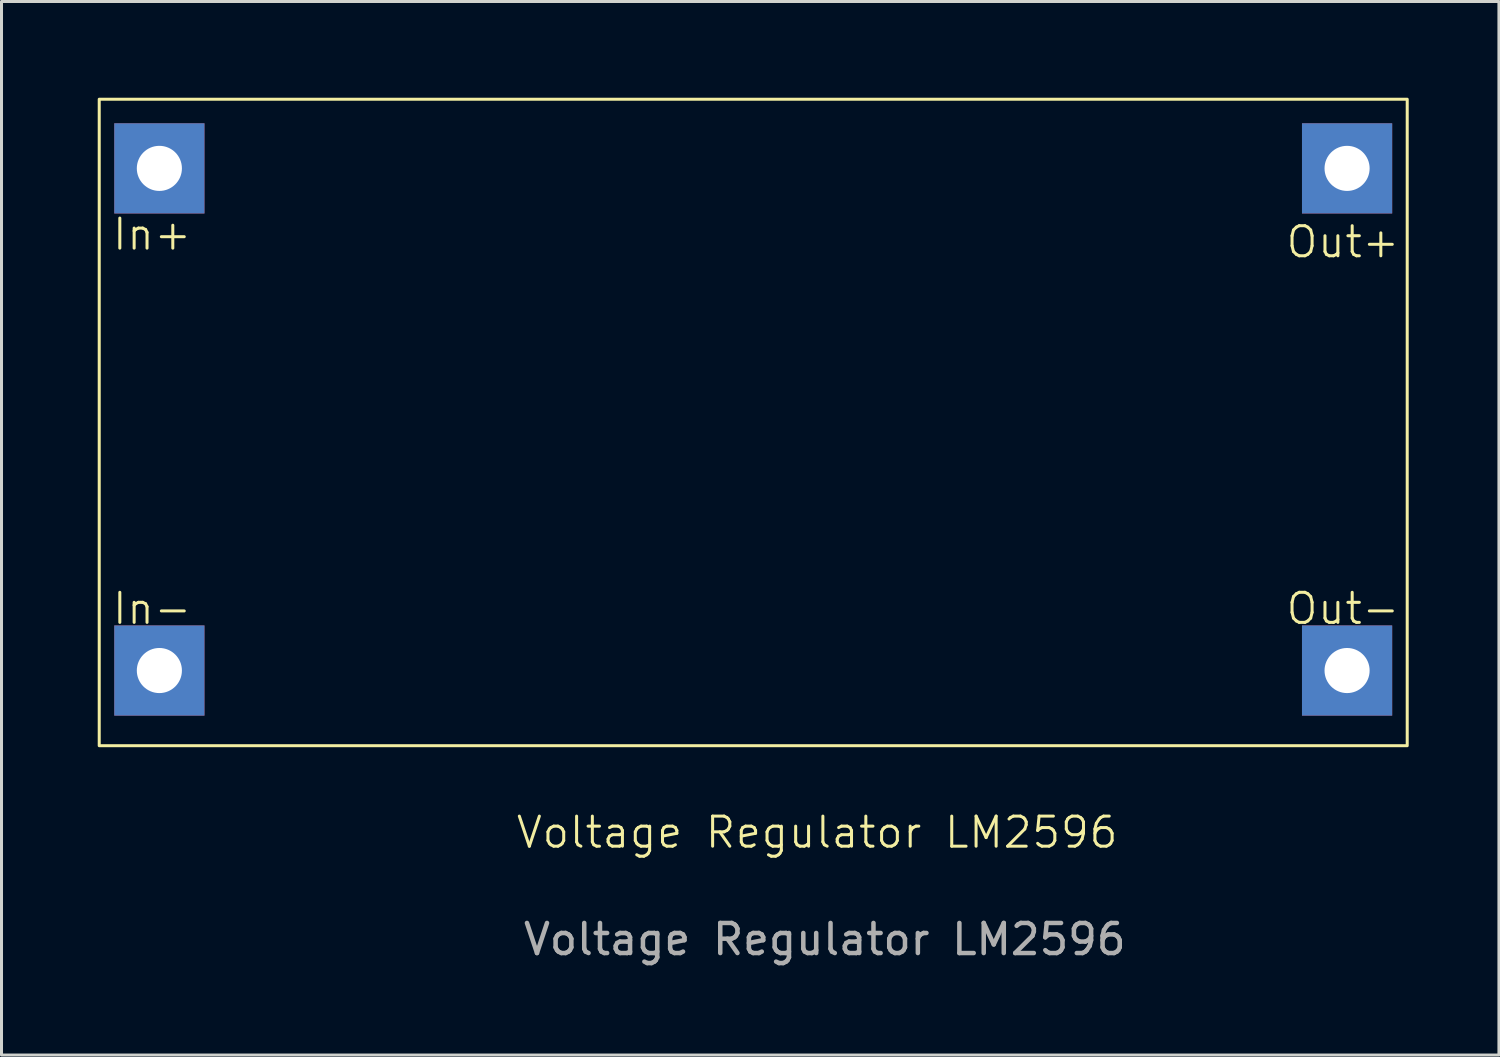
<source format=kicad_pcb>
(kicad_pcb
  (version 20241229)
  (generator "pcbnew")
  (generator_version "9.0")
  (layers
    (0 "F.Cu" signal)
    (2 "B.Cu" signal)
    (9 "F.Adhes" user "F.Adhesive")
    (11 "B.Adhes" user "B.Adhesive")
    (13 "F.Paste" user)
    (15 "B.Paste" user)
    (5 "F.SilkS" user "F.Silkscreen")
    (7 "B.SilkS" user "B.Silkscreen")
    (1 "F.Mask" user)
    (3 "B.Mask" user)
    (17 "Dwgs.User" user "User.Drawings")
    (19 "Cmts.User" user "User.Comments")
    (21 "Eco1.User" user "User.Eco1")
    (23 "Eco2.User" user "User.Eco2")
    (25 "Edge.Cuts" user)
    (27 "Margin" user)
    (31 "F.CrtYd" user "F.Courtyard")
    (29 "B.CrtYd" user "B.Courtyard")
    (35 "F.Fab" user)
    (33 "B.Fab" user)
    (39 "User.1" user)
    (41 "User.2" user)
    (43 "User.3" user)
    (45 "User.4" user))
  (footprint "Voltage Regulator LM2596"
    (layer "F.Cu")
    (at 0.25 0.25)
    (property "Reference" "Voltage Regulator LM2596" (at 23.876 24.384 0) (unlocked yes) (layer "F.SilkS") (effects (font (size 1 1) (thickness 0.1))))
    (attr through_hole)
    (fp_rect (start 0 0) (end 43.5 21.5) (stroke (width 0.1) (type solid)) (fill no) (layer "F.SilkS"))
    (fp_text user "In-" (at 0.381 17.526 0) (unlocked yes) (layer "F.SilkS") (effects (font (size 1 1) (thickness 0.1)) (justify left bottom)))
    (fp_text user "In+" (at 0.381 5.08 0) (unlocked yes) (layer "F.SilkS") (effects (font (size 1 1) (thickness 0.1)) (justify left bottom)))
    (fp_text user "Out+" (at 43.307 5.334 0) (unlocked yes) (layer "F.SilkS") (effects (font (size 1 1) (thickness 0.1)) (justify right bottom)))
    (fp_text user "Out-" (at 43.307 17.526 0) (unlocked yes) (layer "F.SilkS") (effects (font (size 1 1) (thickness 0.1)) (justify right bottom)))
    (fp_text user "${REFERENCE}" (at 24.13 27.94 0) (unlocked yes) (layer "F.Fab") (effects (font (size 1 1) (thickness 0.15))))
    (pad "1" thru_hole rect (at 2 2.3) (size 3 3) (drill 1.5) (layers "*.Cu" "*.Mask"))
    (pad "2" thru_hole rect (at 2 19) (size 3 3) (drill 1.5) (layers "*.Cu" "*.Mask"))
    (pad "3" thru_hole rect (at 41.5 2.3) (size 3 3) (drill 1.5) (layers "*.Cu" "*.Mask"))
    (pad "4" thru_hole rect (at 41.5 19) (size 3 3) (drill 1.5) (layers "*.Cu" "*.Mask")))
  (gr_rect
    (start -3 -3)
    (end 46.8 32.038)
    (stroke (width 0.1) (type default))
    (fill no)
    (layer "Edge.Cuts")))
</source>
